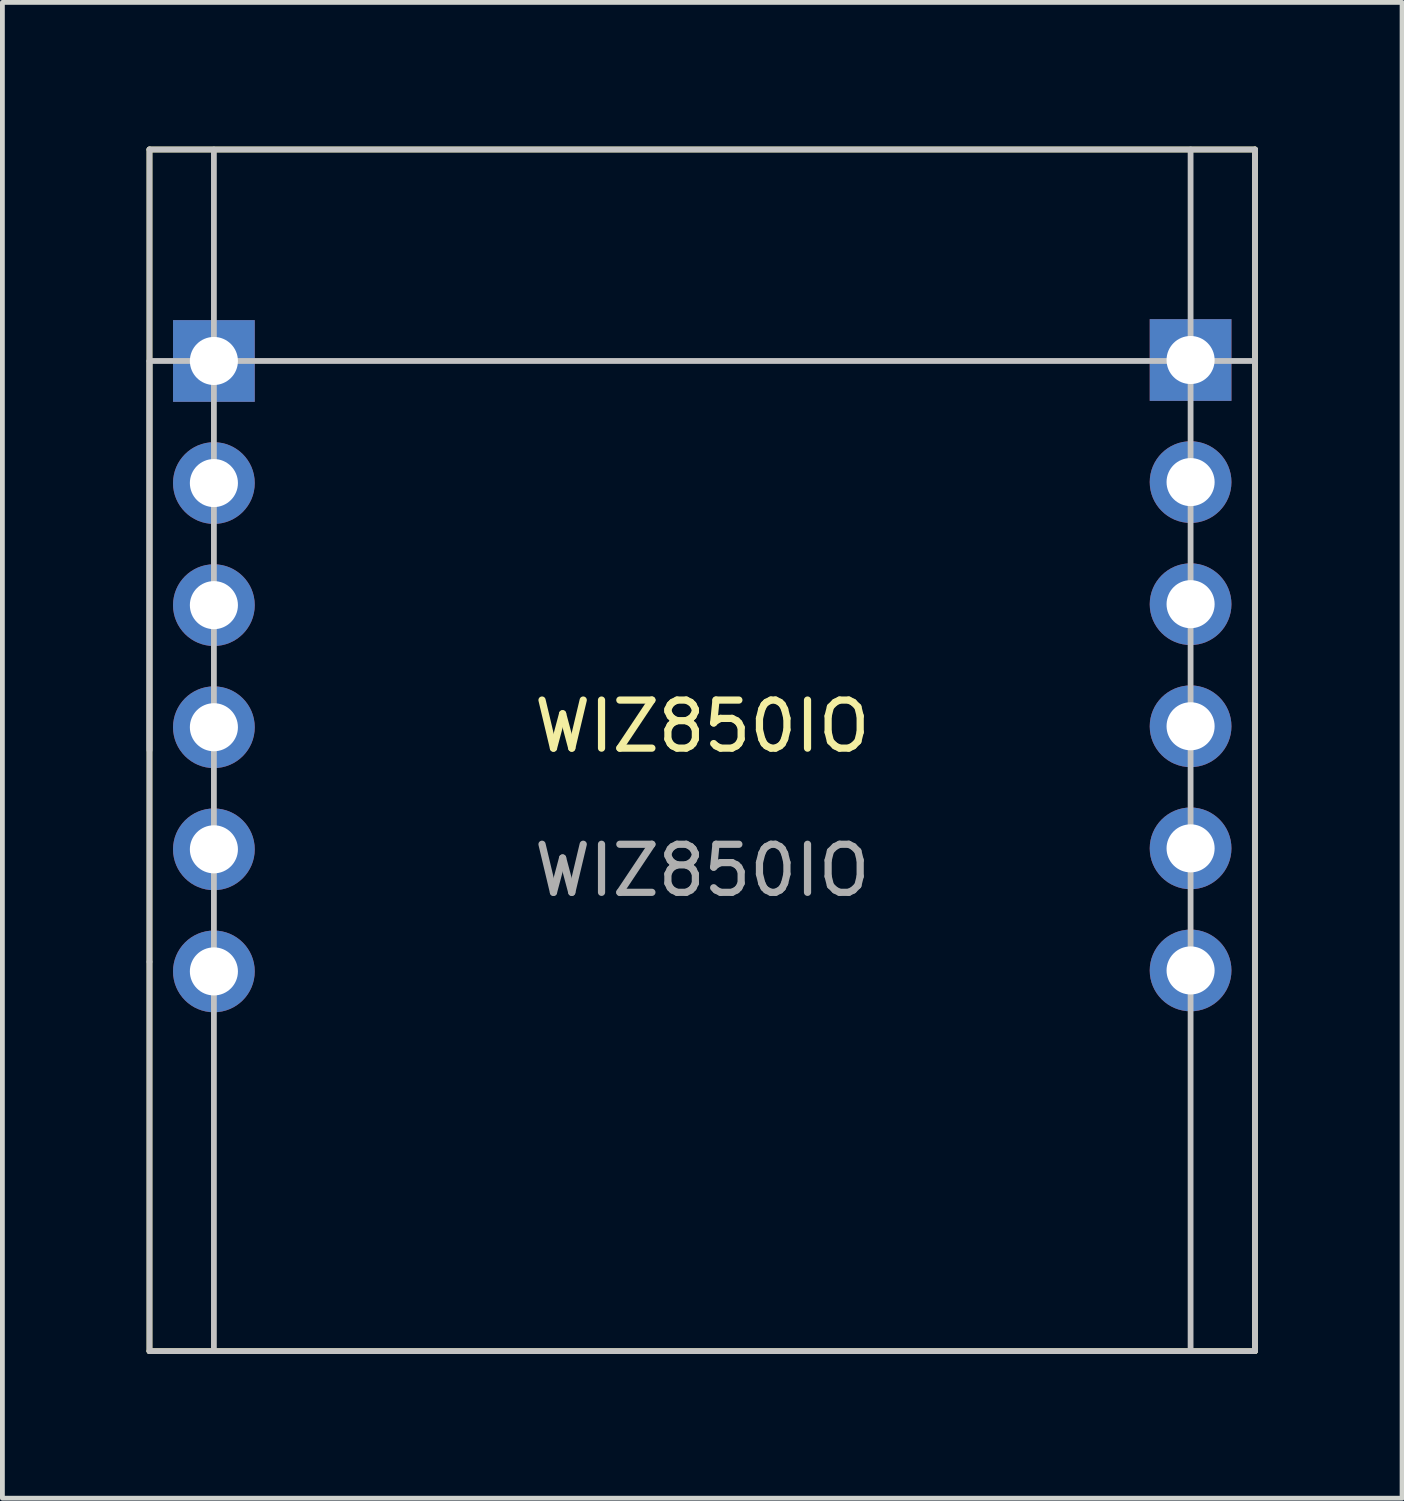
<source format=kicad_pcb>
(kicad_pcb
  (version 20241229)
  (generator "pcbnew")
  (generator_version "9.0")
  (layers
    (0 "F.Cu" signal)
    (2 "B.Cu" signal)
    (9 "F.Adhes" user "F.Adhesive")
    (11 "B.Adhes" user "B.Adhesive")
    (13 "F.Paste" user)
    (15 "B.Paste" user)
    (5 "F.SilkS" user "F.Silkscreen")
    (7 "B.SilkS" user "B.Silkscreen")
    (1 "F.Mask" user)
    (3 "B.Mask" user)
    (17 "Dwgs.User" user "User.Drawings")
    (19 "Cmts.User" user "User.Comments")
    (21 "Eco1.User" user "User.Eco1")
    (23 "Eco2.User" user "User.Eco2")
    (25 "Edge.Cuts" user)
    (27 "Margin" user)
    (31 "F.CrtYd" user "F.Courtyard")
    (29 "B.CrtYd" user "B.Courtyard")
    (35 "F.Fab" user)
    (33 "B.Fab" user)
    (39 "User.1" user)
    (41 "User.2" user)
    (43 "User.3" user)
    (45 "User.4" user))
  (footprint "WIZ850IO"
    (layer "F.Cu")
    (at 11.56 12.56)
    (property "Reference" "WIZ850IO" (at 0 -0.5 0) (unlocked yes) (layer "F.SilkS") (effects (font (size 1 1) (thickness 0.15))))
    (attr through_hole)
    (fp_line (start -11.5 -12.5) (end 11.5 -12.5) (stroke (width 0.12) (type solid)) (layer "F.SilkS"))
    (fp_line (start -11.5 12.5) (end -11.5 -12.5) (stroke (width 0.12) (type solid)) (layer "F.SilkS"))
    (fp_line (start 11.5 -12.5) (end 11.5 12.5) (stroke (width 0.12) (type solid)) (layer "F.SilkS"))
    (fp_line (start 11.5 12.5) (end -11.5 12.5) (stroke (width 0.12) (type solid)) (layer "F.SilkS"))
    (fp_line (start -11.5 -12.5) (end 11.5 -12.5) (stroke (width 0.12) (type solid)) (layer "Dwgs.User"))
    (fp_line (start -11.5 0) (end -11.5 -12.5) (stroke (width 0.12) (type solid)) (layer "Dwgs.User"))
    (fp_line (start -11.5 4.4) (end -11.5 -8.1) (stroke (width 0.12) (type solid)) (layer "Dwgs.User"))
    (fp_line (start -11.5 4.4) (end -11.5 12.5) (stroke (width 0.12) (type solid)) (layer "Dwgs.User"))
    (fp_line (start -10.16 -12.5) (end -10.16 12.5) (stroke (width 0.12) (type solid)) (layer "Dwgs.User"))
    (fp_line (start 10.16 -12.5) (end 10.16 12.5) (stroke (width 0.12) (type solid)) (layer "Dwgs.User"))
    (fp_line (start 11.5 -12.5) (end 11.5 12.5) (stroke (width 0.12) (type solid)) (layer "Dwgs.User"))
    (fp_line (start 11.5 -8.1) (end -11.5 -8.1) (stroke (width 0.12) (type solid)) (layer "Dwgs.User"))
    (fp_line (start 11.5 12.5) (end -11.5 12.5) (stroke (width 0.12) (type solid)) (layer "Dwgs.User"))
    (fp_text user "${REFERENCE}" (at 0 2.5 0) (unlocked yes) (layer "F.Fab") (effects (font (size 1 1) (thickness 0.15))))
    (pad "J1-1" thru_hole rect (at -10.16 -8.1) (size 1.7 1.7) (drill 1) (layers "*.Cu" "*.Mask"))
    (pad "J1-2" thru_hole oval (at -10.16 -5.56) (size 1.7 1.7) (drill 1) (layers "*.Cu" "*.Mask"))
    (pad "J1-3" thru_hole oval (at -10.16 -3.02) (size 1.7 1.7) (drill 1) (layers "*.Cu" "*.Mask"))
    (pad "J1-4" thru_hole oval (at -10.16 -0.48) (size 1.7 1.7) (drill 1) (layers "*.Cu" "*.Mask"))
    (pad "J1-5" thru_hole oval (at -10.16 2.06) (size 1.7 1.7) (drill 1) (layers "*.Cu" "*.Mask"))
    (pad "J1-6" thru_hole oval (at -10.16 4.6) (size 1.7 1.7) (drill 1) (layers "*.Cu" "*.Mask"))
    (pad "J2-1" thru_hole rect (at 10.16 -8.12) (size 1.7 1.7) (drill 1) (layers "*.Cu" "*.Mask"))
    (pad "J2-2" thru_hole oval (at 10.16 -5.58) (size 1.7 1.7) (drill 1) (layers "*.Cu" "*.Mask"))
    (pad "J2-3" thru_hole oval (at 10.16 -3.04) (size 1.7 1.7) (drill 1) (layers "*.Cu" "*.Mask"))
    (pad "J2-4" thru_hole oval (at 10.16 -0.5) (size 1.7 1.7) (drill 1) (layers "*.Cu" "*.Mask"))
    (pad "J2-5" thru_hole oval (at 10.16 2.04) (size 1.7 1.7) (drill 1) (layers "*.Cu" "*.Mask"))
    (pad "J2-6" thru_hole oval (at 10.16 4.58) (size 1.7 1.7) (drill 1) (layers "*.Cu" "*.Mask")))
  (gr_rect
    (start -3 -3)
    (end 26.12 28.12)
    (stroke (width 0.1) (type default))
    (fill no)
    (layer "Edge.Cuts")))
</source>
